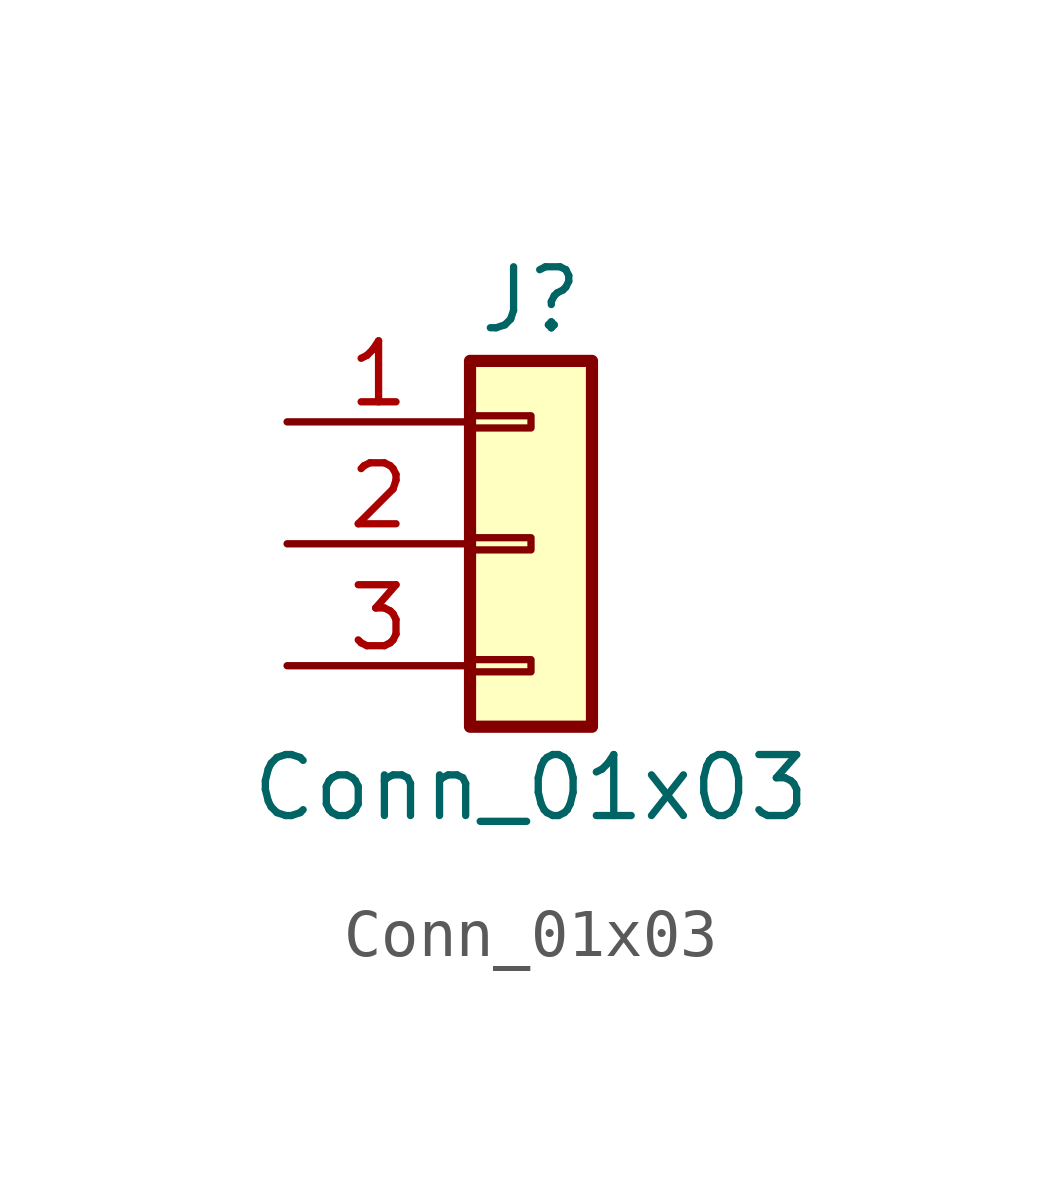
<source format=kicad_sym>
(kicad_symbol_lib
  (version 20211014)
  (generator kicad_symbol_editor)
  (symbol "Conn_01x03"
    (pin_names
      (offset 1.016) hide)
    (property "Reference" "J"
      (at 0 5.08 0)
      (effects (font (size 1.27 1.27))))
    (property "Value" "Conn_01x03"
      (at 0 -5.08 0)
      (effects (font (size 1.27 1.27))))
    (symbol "Conn_01x03_1_1"
      (rectangle (start -1.27 -2.413) (end 0 -2.667) (stroke (width 0.152) (type default) (color 0 0 0 0)) (fill (type none)))
      (rectangle (start -1.27 0.127) (end 0 -0.127) (stroke (width 0.152) (type default) (color 0 0 0 0)) (fill (type none)))
      (rectangle (start -1.27 2.667) (end 0 2.413) (stroke (width 0.152) (type default) (color 0 0 0 0)) (fill (type none)))
      (rectangle (start -1.27 3.81) (end 1.27 -3.81) (stroke (width 0.254) (type default) (color 0 0 0 0)) (fill (type background)))
      (pin passive line (at -5.08 2.54 0) (length 3.81) (name "Pin_1" (effects (font (size 1.27 1.27)))) (number "1" (effects (font (size 1.27 1.27)))))
      (pin passive line (at -5.08 0 0) (length 3.81) (name "Pin_2" (effects (font (size 1.27 1.27)))) (number "2" (effects (font (size 1.27 1.27)))))
      (pin passive line (at -5.08 -2.54 0) (length 3.81) (name "Pin_3" (effects (font (size 1.27 1.27)))) (number "3" (effects (font (size 1.27 1.27))))))))
</source>
